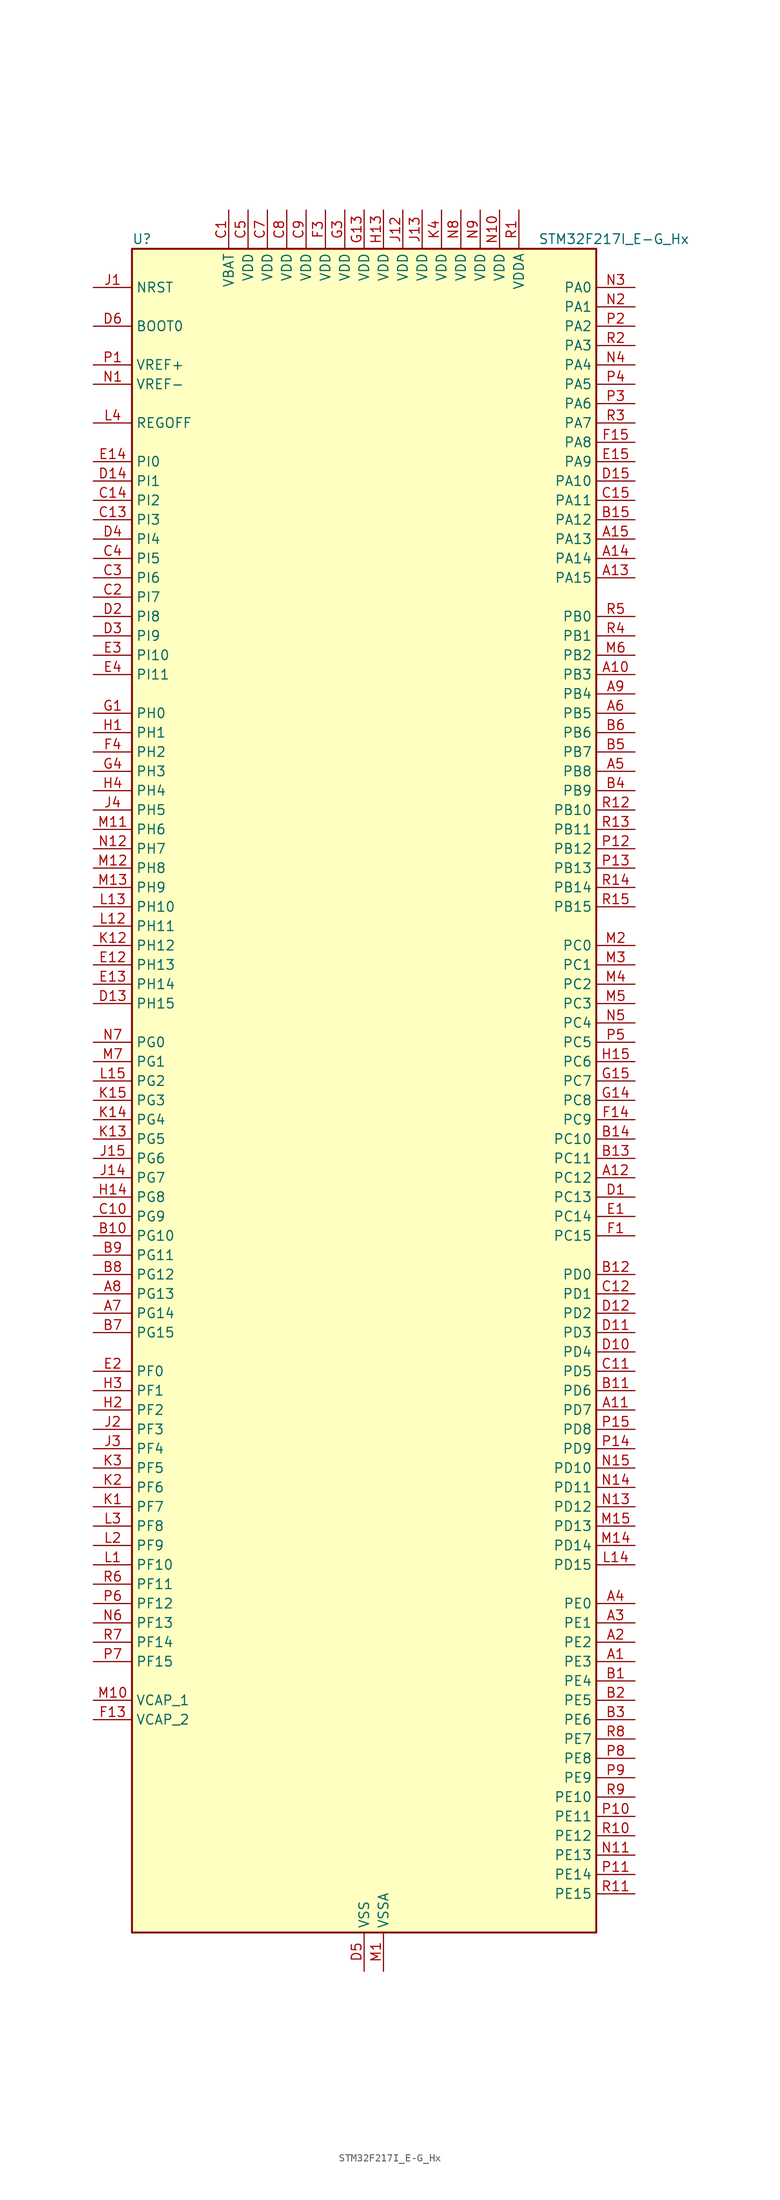
<source format=kicad_sym>
(kicad_symbol_lib
  (version 20241209)
  (generator "kicad_symbol_editor")
  (generator_version "9.0")
  (symbol "STM32F217I_E-G_Hx"
    (property "Reference" "U"
      (at -30.48 113.03 0)
      (effects (font (size 1.27 1.27)) (justify left)))
    (property "Value" "STM32F217I_E-G_Hx"
      (at 22.86 113.03 0)
      (effects (font (size 1.27 1.27)) (justify left)))
    (symbol "STM32F217I_E-G_Hx_0_1"
      (rectangle (start -30.48 -109.22) (end 30.48 111.76) (stroke (width 0.254) (type default)) (fill (type background))))
    (symbol "STM32F217I_E-G_Hx_1_1"
      (pin input line (at -35.56 106.68 0) (length 5.08) (name "NRST" (effects (font (size 1.27 1.27)))) (number "J1" (effects (font (size 1.27 1.27)))))
      (pin input line (at -35.56 101.6 0) (length 5.08) (name "BOOT0" (effects (font (size 1.27 1.27)))) (number "D6" (effects (font (size 1.27 1.27)))))
      (pin input line (at -35.56 96.52 0) (length 5.08) (name "VREF+" (effects (font (size 1.27 1.27)))) (number "P1" (effects (font (size 1.27 1.27)))))
      (pin input line (at -35.56 93.98 0) (length 5.08) (name "VREF-" (effects (font (size 1.27 1.27)))) (number "N1" (effects (font (size 1.27 1.27)))))
      (pin input line (at -35.56 88.9 0) (length 5.08) (name "REGOFF" (effects (font (size 1.27 1.27)))) (number "L4" (effects (font (size 1.27 1.27)))))
      (pin bidirectional line (at -35.56 83.82 0) (length 5.08) (name "PI0" (effects (font (size 1.27 1.27)))) (number "E14" (effects (font (size 1.27 1.27)))) (alternate "DCMI_D13" bidirectional line) (alternate "I2S2_WS" bidirectional line) (alternate "SPI2_NSS" bidirectional line) (alternate "TIM5_CH4" bidirectional line))
      (pin bidirectional line (at -35.56 81.28 0) (length 5.08) (name "PI1" (effects (font (size 1.27 1.27)))) (number "D14" (effects (font (size 1.27 1.27)))) (alternate "DCMI_D8" bidirectional line) (alternate "I2S2_SCK" bidirectional line) (alternate "SPI2_SCK" bidirectional line))
      (pin bidirectional line (at -35.56 78.74 0) (length 5.08) (name "PI2" (effects (font (size 1.27 1.27)))) (number "C14" (effects (font (size 1.27 1.27)))) (alternate "DCMI_D9" bidirectional line) (alternate "SPI2_MISO" bidirectional line) (alternate "TIM8_CH4" bidirectional line))
      (pin bidirectional line (at -35.56 76.2 0) (length 5.08) (name "PI3" (effects (font (size 1.27 1.27)))) (number "C13" (effects (font (size 1.27 1.27)))) (alternate "DCMI_D10" bidirectional line) (alternate "I2S2_SD" bidirectional line) (alternate "SPI2_MOSI" bidirectional line) (alternate "TIM8_ETR" bidirectional line))
      (pin bidirectional line (at -35.56 73.66 0) (length 5.08) (name "PI4" (effects (font (size 1.27 1.27)))) (number "D4" (effects (font (size 1.27 1.27)))) (alternate "DCMI_D5" bidirectional line) (alternate "TIM8_BKIN" bidirectional line))
      (pin bidirectional line (at -35.56 71.12 0) (length 5.08) (name "PI5" (effects (font (size 1.27 1.27)))) (number "C4" (effects (font (size 1.27 1.27)))) (alternate "DCMI_VSYNC" bidirectional line) (alternate "TIM8_CH1" bidirectional line))
      (pin bidirectional line (at -35.56 68.58 0) (length 5.08) (name "PI6" (effects (font (size 1.27 1.27)))) (number "C3" (effects (font (size 1.27 1.27)))) (alternate "DCMI_D6" bidirectional line) (alternate "TIM8_CH2" bidirectional line))
      (pin bidirectional line (at -35.56 66.04 0) (length 5.08) (name "PI7" (effects (font (size 1.27 1.27)))) (number "C2" (effects (font (size 1.27 1.27)))) (alternate "DCMI_D7" bidirectional line) (alternate "TIM8_CH3" bidirectional line))
      (pin bidirectional line (at -35.56 63.5 0) (length 5.08) (name "PI8" (effects (font (size 1.27 1.27)))) (number "D2" (effects (font (size 1.27 1.27)))) (alternate "RTC_AF2" bidirectional line))
      (pin bidirectional line (at -35.56 60.96 0) (length 5.08) (name "PI9" (effects (font (size 1.27 1.27)))) (number "D3" (effects (font (size 1.27 1.27)))) (alternate "CAN1_RX" bidirectional line) (alternate "DAC_EXTI9" bidirectional line))
      (pin bidirectional line (at -35.56 58.42 0) (length 5.08) (name "PI10" (effects (font (size 1.27 1.27)))) (number "E3" (effects (font (size 1.27 1.27)))) (alternate "ETH_RX_ER" bidirectional line))
      (pin bidirectional line (at -35.56 55.88 0) (length 5.08) (name "PI11" (effects (font (size 1.27 1.27)))) (number "E4" (effects (font (size 1.27 1.27)))) (alternate "ADC1_EXTI11" bidirectional line) (alternate "ADC2_EXTI11" bidirectional line) (alternate "ADC3_EXTI11" bidirectional line) (alternate "USB_OTG_HS_ULPI_DIR" bidirectional line))
      (pin bidirectional line (at -35.56 50.8 0) (length 5.08) (name "PH0" (effects (font (size 1.27 1.27)))) (number "G1" (effects (font (size 1.27 1.27)))) (alternate "RCC_OSC_IN" bidirectional line))
      (pin bidirectional line (at -35.56 48.26 0) (length 5.08) (name "PH1" (effects (font (size 1.27 1.27)))) (number "H1" (effects (font (size 1.27 1.27)))) (alternate "RCC_OSC_OUT" bidirectional line))
      (pin bidirectional line (at -35.56 45.72 0) (length 5.08) (name "PH2" (effects (font (size 1.27 1.27)))) (number "F4" (effects (font (size 1.27 1.27)))) (alternate "ETH_CRS" bidirectional line))
      (pin bidirectional line (at -35.56 43.18 0) (length 5.08) (name "PH3" (effects (font (size 1.27 1.27)))) (number "G4" (effects (font (size 1.27 1.27)))) (alternate "ETH_COL" bidirectional line))
      (pin bidirectional line (at -35.56 40.64 0) (length 5.08) (name "PH4" (effects (font (size 1.27 1.27)))) (number "H4" (effects (font (size 1.27 1.27)))) (alternate "I2C2_SCL" bidirectional line) (alternate "USB_OTG_HS_ULPI_NXT" bidirectional line))
      (pin bidirectional line (at -35.56 38.1 0) (length 5.08) (name "PH5" (effects (font (size 1.27 1.27)))) (number "J4" (effects (font (size 1.27 1.27)))) (alternate "I2C2_SDA" bidirectional line))
      (pin bidirectional line (at -35.56 35.56 0) (length 5.08) (name "PH6" (effects (font (size 1.27 1.27)))) (number "M11" (effects (font (size 1.27 1.27)))) (alternate "ETH_RXD2" bidirectional line) (alternate "I2C2_SMBA" bidirectional line) (alternate "TIM12_CH1" bidirectional line))
      (pin bidirectional line (at -35.56 33.02 0) (length 5.08) (name "PH7" (effects (font (size 1.27 1.27)))) (number "N12" (effects (font (size 1.27 1.27)))) (alternate "ETH_RXD3" bidirectional line) (alternate "I2C3_SCL" bidirectional line))
      (pin bidirectional line (at -35.56 30.48 0) (length 5.08) (name "PH8" (effects (font (size 1.27 1.27)))) (number "M12" (effects (font (size 1.27 1.27)))) (alternate "DCMI_HSYNC" bidirectional line) (alternate "I2C3_SDA" bidirectional line))
      (pin bidirectional line (at -35.56 27.94 0) (length 5.08) (name "PH9" (effects (font (size 1.27 1.27)))) (number "M13" (effects (font (size 1.27 1.27)))) (alternate "DAC_EXTI9" bidirectional line) (alternate "DCMI_D0" bidirectional line) (alternate "I2C3_SMBA" bidirectional line) (alternate "TIM12_CH2" bidirectional line))
      (pin bidirectional line (at -35.56 25.4 0) (length 5.08) (name "PH10" (effects (font (size 1.27 1.27)))) (number "L13" (effects (font (size 1.27 1.27)))) (alternate "DCMI_D1" bidirectional line) (alternate "TIM5_CH1" bidirectional line))
      (pin bidirectional line (at -35.56 22.86 0) (length 5.08) (name "PH11" (effects (font (size 1.27 1.27)))) (number "L12" (effects (font (size 1.27 1.27)))) (alternate "ADC1_EXTI11" bidirectional line) (alternate "ADC2_EXTI11" bidirectional line) (alternate "ADC3_EXTI11" bidirectional line) (alternate "DCMI_D2" bidirectional line) (alternate "TIM5_CH2" bidirectional line))
      (pin bidirectional line (at -35.56 20.32 0) (length 5.08) (name "PH12" (effects (font (size 1.27 1.27)))) (number "K12" (effects (font (size 1.27 1.27)))) (alternate "DCMI_D3" bidirectional line) (alternate "TIM5_CH3" bidirectional line))
      (pin bidirectional line (at -35.56 17.78 0) (length 5.08) (name "PH13" (effects (font (size 1.27 1.27)))) (number "E12" (effects (font (size 1.27 1.27)))) (alternate "CAN1_TX" bidirectional line) (alternate "TIM8_CH1N" bidirectional line))
      (pin bidirectional line (at -35.56 15.24 0) (length 5.08) (name "PH14" (effects (font (size 1.27 1.27)))) (number "E13" (effects (font (size 1.27 1.27)))) (alternate "DCMI_D4" bidirectional line) (alternate "TIM8_CH2N" bidirectional line))
      (pin bidirectional line (at -35.56 12.7 0) (length 5.08) (name "PH15" (effects (font (size 1.27 1.27)))) (number "D13" (effects (font (size 1.27 1.27)))) (alternate "ADC1_EXTI15" bidirectional line) (alternate "ADC2_EXTI15" bidirectional line) (alternate "ADC3_EXTI15" bidirectional line) (alternate "DCMI_D11" bidirectional line) (alternate "TIM8_CH3N" bidirectional line))
      (pin bidirectional line (at -35.56 7.62 0) (length 5.08) (name "PG0" (effects (font (size 1.27 1.27)))) (number "N7" (effects (font (size 1.27 1.27)))) (alternate "FSMC_A10" bidirectional line))
      (pin bidirectional line (at -35.56 5.08 0) (length 5.08) (name "PG1" (effects (font (size 1.27 1.27)))) (number "M7" (effects (font (size 1.27 1.27)))) (alternate "FSMC_A11" bidirectional line))
      (pin bidirectional line (at -35.56 2.54 0) (length 5.08) (name "PG2" (effects (font (size 1.27 1.27)))) (number "L15" (effects (font (size 1.27 1.27)))) (alternate "FSMC_A12" bidirectional line))
      (pin bidirectional line (at -35.56 0 0) (length 5.08) (name "PG3" (effects (font (size 1.27 1.27)))) (number "K15" (effects (font (size 1.27 1.27)))) (alternate "FSMC_A13" bidirectional line))
      (pin bidirectional line (at -35.56 -2.54 0) (length 5.08) (name "PG4" (effects (font (size 1.27 1.27)))) (number "K14" (effects (font (size 1.27 1.27)))) (alternate "FSMC_A14" bidirectional line))
      (pin bidirectional line (at -35.56 -5.08 0) (length 5.08) (name "PG5" (effects (font (size 1.27 1.27)))) (number "K13" (effects (font (size 1.27 1.27)))) (alternate "FSMC_A15" bidirectional line))
      (pin bidirectional line (at -35.56 -7.62 0) (length 5.08) (name "PG6" (effects (font (size 1.27 1.27)))) (number "J15" (effects (font (size 1.27 1.27)))) (alternate "FSMC_INT2" bidirectional line))
      (pin bidirectional line (at -35.56 -10.16 0) (length 5.08) (name "PG7" (effects (font (size 1.27 1.27)))) (number "J14" (effects (font (size 1.27 1.27)))) (alternate "FSMC_INT3" bidirectional line) (alternate "USART6_CK" bidirectional line))
      (pin bidirectional line (at -35.56 -12.7 0) (length 5.08) (name "PG8" (effects (font (size 1.27 1.27)))) (number "H14" (effects (font (size 1.27 1.27)))) (alternate "ETH_PPS_OUT" bidirectional line) (alternate "USART6_RTS" bidirectional line))
      (pin bidirectional line (at -35.56 -15.24 0) (length 5.08) (name "PG9" (effects (font (size 1.27 1.27)))) (number "C10" (effects (font (size 1.27 1.27)))) (alternate "DAC_EXTI9" bidirectional line) (alternate "FSMC_NCE3" bidirectional line) (alternate "FSMC_NE2" bidirectional line) (alternate "USART6_RX" bidirectional line))
      (pin bidirectional line (at -35.56 -17.78 0) (length 5.08) (name "PG10" (effects (font (size 1.27 1.27)))) (number "B10" (effects (font (size 1.27 1.27)))) (alternate "FSMC_NCE4_1" bidirectional line) (alternate "FSMC_NE3" bidirectional line))
      (pin bidirectional line (at -35.56 -20.32 0) (length 5.08) (name "PG11" (effects (font (size 1.27 1.27)))) (number "B9" (effects (font (size 1.27 1.27)))) (alternate "ADC1_EXTI11" bidirectional line) (alternate "ADC2_EXTI11" bidirectional line) (alternate "ADC3_EXTI11" bidirectional line) (alternate "ETH_TX_EN" bidirectional line) (alternate "FSMC_NCE4_2" bidirectional line))
      (pin bidirectional line (at -35.56 -22.86 0) (length 5.08) (name "PG12" (effects (font (size 1.27 1.27)))) (number "B8" (effects (font (size 1.27 1.27)))) (alternate "FSMC_NE4" bidirectional line) (alternate "USART6_RTS" bidirectional line))
      (pin bidirectional line (at -35.56 -25.4 0) (length 5.08) (name "PG13" (effects (font (size 1.27 1.27)))) (number "A8" (effects (font (size 1.27 1.27)))) (alternate "ETH_TXD0" bidirectional line) (alternate "FSMC_A24" bidirectional line) (alternate "USART6_CTS" bidirectional line))
      (pin bidirectional line (at -35.56 -27.94 0) (length 5.08) (name "PG14" (effects (font (size 1.27 1.27)))) (number "A7" (effects (font (size 1.27 1.27)))) (alternate "ETH_TXD1" bidirectional line) (alternate "FSMC_A25" bidirectional line) (alternate "USART6_TX" bidirectional line))
      (pin bidirectional line (at -35.56 -30.48 0) (length 5.08) (name "PG15" (effects (font (size 1.27 1.27)))) (number "B7" (effects (font (size 1.27 1.27)))) (alternate "ADC1_EXTI15" bidirectional line) (alternate "ADC2_EXTI15" bidirectional line) (alternate "ADC3_EXTI15" bidirectional line) (alternate "DCMI_D13" bidirectional line) (alternate "USART6_CTS" bidirectional line))
      (pin bidirectional line (at -35.56 -35.56 0) (length 5.08) (name "PF0" (effects (font (size 1.27 1.27)))) (number "E2" (effects (font (size 1.27 1.27)))) (alternate "FSMC_A0" bidirectional line) (alternate "I2C2_SDA" bidirectional line))
      (pin bidirectional line (at -35.56 -38.1 0) (length 5.08) (name "PF1" (effects (font (size 1.27 1.27)))) (number "H3" (effects (font (size 1.27 1.27)))) (alternate "FSMC_A1" bidirectional line) (alternate "I2C2_SCL" bidirectional line))
      (pin bidirectional line (at -35.56 -40.64 0) (length 5.08) (name "PF2" (effects (font (size 1.27 1.27)))) (number "H2" (effects (font (size 1.27 1.27)))) (alternate "FSMC_A2" bidirectional line) (alternate "I2C2_SMBA" bidirectional line))
      (pin bidirectional line (at -35.56 -43.18 0) (length 5.08) (name "PF3" (effects (font (size 1.27 1.27)))) (number "J2" (effects (font (size 1.27 1.27)))) (alternate "ADC3_IN9" bidirectional line) (alternate "FSMC_A3" bidirectional line))
      (pin bidirectional line (at -35.56 -45.72 0) (length 5.08) (name "PF4" (effects (font (size 1.27 1.27)))) (number "J3" (effects (font (size 1.27 1.27)))) (alternate "ADC3_IN14" bidirectional line) (alternate "FSMC_A4" bidirectional line))
      (pin bidirectional line (at -35.56 -48.26 0) (length 5.08) (name "PF5" (effects (font (size 1.27 1.27)))) (number "K3" (effects (font (size 1.27 1.27)))) (alternate "ADC3_IN15" bidirectional line) (alternate "FSMC_A5" bidirectional line))
      (pin bidirectional line (at -35.56 -50.8 0) (length 5.08) (name "PF6" (effects (font (size 1.27 1.27)))) (number "K2" (effects (font (size 1.27 1.27)))) (alternate "ADC3_IN4" bidirectional line) (alternate "FSMC_NIORD" bidirectional line) (alternate "TIM10_CH1" bidirectional line))
      (pin bidirectional line (at -35.56 -53.34 0) (length 5.08) (name "PF7" (effects (font (size 1.27 1.27)))) (number "K1" (effects (font (size 1.27 1.27)))) (alternate "ADC3_IN5" bidirectional line) (alternate "FSMC_NREG" bidirectional line) (alternate "TIM11_CH1" bidirectional line))
      (pin bidirectional line (at -35.56 -55.88 0) (length 5.08) (name "PF8" (effects (font (size 1.27 1.27)))) (number "L3" (effects (font (size 1.27 1.27)))) (alternate "ADC3_IN6" bidirectional line) (alternate "FSMC_NIOWR" bidirectional line) (alternate "TIM13_CH1" bidirectional line))
      (pin bidirectional line (at -35.56 -58.42 0) (length 5.08) (name "PF9" (effects (font (size 1.27 1.27)))) (number "L2" (effects (font (size 1.27 1.27)))) (alternate "ADC3_IN7" bidirectional line) (alternate "DAC_EXTI9" bidirectional line) (alternate "FSMC_CD" bidirectional line) (alternate "TIM14_CH1" bidirectional line))
      (pin bidirectional line (at -35.56 -60.96 0) (length 5.08) (name "PF10" (effects (font (size 1.27 1.27)))) (number "L1" (effects (font (size 1.27 1.27)))) (alternate "ADC3_IN8" bidirectional line) (alternate "FSMC_INTR" bidirectional line))
      (pin bidirectional line (at -35.56 -63.5 0) (length 5.08) (name "PF11" (effects (font (size 1.27 1.27)))) (number "R6" (effects (font (size 1.27 1.27)))) (alternate "ADC1_EXTI11" bidirectional line) (alternate "ADC2_EXTI11" bidirectional line) (alternate "ADC3_EXTI11" bidirectional line) (alternate "DCMI_D12" bidirectional line))
      (pin bidirectional line (at -35.56 -66.04 0) (length 5.08) (name "PF12" (effects (font (size 1.27 1.27)))) (number "P6" (effects (font (size 1.27 1.27)))) (alternate "FSMC_A6" bidirectional line))
      (pin bidirectional line (at -35.56 -68.58 0) (length 5.08) (name "PF13" (effects (font (size 1.27 1.27)))) (number "N6" (effects (font (size 1.27 1.27)))) (alternate "FSMC_A7" bidirectional line))
      (pin bidirectional line (at -35.56 -71.12 0) (length 5.08) (name "PF14" (effects (font (size 1.27 1.27)))) (number "R7" (effects (font (size 1.27 1.27)))) (alternate "FSMC_A8" bidirectional line))
      (pin bidirectional line (at -35.56 -73.66 0) (length 5.08) (name "PF15" (effects (font (size 1.27 1.27)))) (number "P7" (effects (font (size 1.27 1.27)))) (alternate "ADC1_EXTI15" bidirectional line) (alternate "ADC2_EXTI15" bidirectional line) (alternate "ADC3_EXTI15" bidirectional line) (alternate "FSMC_A9" bidirectional line))
      (pin power_out line (at -35.56 -78.74 0) (length 5.08) (name "VCAP_1" (effects (font (size 1.27 1.27)))) (number "M10" (effects (font (size 1.27 1.27)))))
      (pin power_out line (at -35.56 -81.28 0) (length 5.08) (name "VCAP_2" (effects (font (size 1.27 1.27)))) (number "F13" (effects (font (size 1.27 1.27)))))
      (pin no_connect line (at -30.48 -109.22 0) (length 5.08) (hide yes) (name "RFU" (effects (font (size 1.27 1.27)))) (number "C6" (effects (font (size 1.27 1.27)))))
      (pin power_in line (at -17.78 116.84 270) (length 5.08) (name "VBAT" (effects (font (size 1.27 1.27)))) (number "C1" (effects (font (size 1.27 1.27)))))
      (pin power_in line (at -15.24 116.84 270) (length 5.08) (name "VDD" (effects (font (size 1.27 1.27)))) (number "C5" (effects (font (size 1.27 1.27)))))
      (pin power_in line (at -12.7 116.84 270) (length 5.08) (name "VDD" (effects (font (size 1.27 1.27)))) (number "C7" (effects (font (size 1.27 1.27)))))
      (pin power_in line (at -10.16 116.84 270) (length 5.08) (name "VDD" (effects (font (size 1.27 1.27)))) (number "C8" (effects (font (size 1.27 1.27)))))
      (pin power_in line (at -7.62 116.84 270) (length 5.08) (name "VDD" (effects (font (size 1.27 1.27)))) (number "C9" (effects (font (size 1.27 1.27)))))
      (pin power_in line (at -5.08 116.84 270) (length 5.08) (name "VDD" (effects (font (size 1.27 1.27)))) (number "F3" (effects (font (size 1.27 1.27)))))
      (pin power_in line (at -2.54 116.84 270) (length 5.08) (name "VDD" (effects (font (size 1.27 1.27)))) (number "G3" (effects (font (size 1.27 1.27)))))
      (pin power_in line (at 0 116.84 270) (length 5.08) (name "VDD" (effects (font (size 1.27 1.27)))) (number "G13" (effects (font (size 1.27 1.27)))))
      (pin power_in line (at 0 -114.3 90) (length 5.08) (name "VSS" (effects (font (size 1.27 1.27)))) (number "D5" (effects (font (size 1.27 1.27)))))
      (pin passive line (at 0 -114.3 90) (length 5.08) (hide yes) (name "VSS" (effects (font (size 1.27 1.27)))) (number "D7" (effects (font (size 1.27 1.27)))))
      (pin passive line (at 0 -114.3 90) (length 5.08) (hide yes) (name "VSS" (effects (font (size 1.27 1.27)))) (number "D8" (effects (font (size 1.27 1.27)))))
      (pin passive line (at 0 -114.3 90) (length 5.08) (hide yes) (name "VSS" (effects (font (size 1.27 1.27)))) (number "D9" (effects (font (size 1.27 1.27)))))
      (pin passive line (at 0 -114.3 90) (length 5.08) (hide yes) (name "VSS" (effects (font (size 1.27 1.27)))) (number "F10" (effects (font (size 1.27 1.27)))))
      (pin passive line (at 0 -114.3 90) (length 5.08) (hide yes) (name "VSS" (effects (font (size 1.27 1.27)))) (number "F12" (effects (font (size 1.27 1.27)))))
      (pin passive line (at 0 -114.3 90) (length 5.08) (hide yes) (name "VSS" (effects (font (size 1.27 1.27)))) (number "F2" (effects (font (size 1.27 1.27)))))
      (pin passive line (at 0 -114.3 90) (length 5.08) (hide yes) (name "VSS" (effects (font (size 1.27 1.27)))) (number "F6" (effects (font (size 1.27 1.27)))))
      (pin passive line (at 0 -114.3 90) (length 5.08) (hide yes) (name "VSS" (effects (font (size 1.27 1.27)))) (number "F7" (effects (font (size 1.27 1.27)))))
      (pin passive line (at 0 -114.3 90) (length 5.08) (hide yes) (name "VSS" (effects (font (size 1.27 1.27)))) (number "F8" (effects (font (size 1.27 1.27)))))
      (pin passive line (at 0 -114.3 90) (length 5.08) (hide yes) (name "VSS" (effects (font (size 1.27 1.27)))) (number "F9" (effects (font (size 1.27 1.27)))))
      (pin passive line (at 0 -114.3 90) (length 5.08) (hide yes) (name "VSS" (effects (font (size 1.27 1.27)))) (number "G10" (effects (font (size 1.27 1.27)))))
      (pin passive line (at 0 -114.3 90) (length 5.08) (hide yes) (name "VSS" (effects (font (size 1.27 1.27)))) (number "G12" (effects (font (size 1.27 1.27)))))
      (pin passive line (at 0 -114.3 90) (length 5.08) (hide yes) (name "VSS" (effects (font (size 1.27 1.27)))) (number "G2" (effects (font (size 1.27 1.27)))))
      (pin passive line (at 0 -114.3 90) (length 5.08) (hide yes) (name "VSS" (effects (font (size 1.27 1.27)))) (number "G6" (effects (font (size 1.27 1.27)))))
      (pin passive line (at 0 -114.3 90) (length 5.08) (hide yes) (name "VSS" (effects (font (size 1.27 1.27)))) (number "G7" (effects (font (size 1.27 1.27)))))
      (pin passive line (at 0 -114.3 90) (length 5.08) (hide yes) (name "VSS" (effects (font (size 1.27 1.27)))) (number "G8" (effects (font (size 1.27 1.27)))))
      (pin passive line (at 0 -114.3 90) (length 5.08) (hide yes) (name "VSS" (effects (font (size 1.27 1.27)))) (number "G9" (effects (font (size 1.27 1.27)))))
      (pin passive line (at 0 -114.3 90) (length 5.08) (hide yes) (name "VSS" (effects (font (size 1.27 1.27)))) (number "H10" (effects (font (size 1.27 1.27)))))
      (pin passive line (at 0 -114.3 90) (length 5.08) (hide yes) (name "VSS" (effects (font (size 1.27 1.27)))) (number "H12" (effects (font (size 1.27 1.27)))))
      (pin passive line (at 0 -114.3 90) (length 5.08) (hide yes) (name "VSS" (effects (font (size 1.27 1.27)))) (number "H6" (effects (font (size 1.27 1.27)))))
      (pin passive line (at 0 -114.3 90) (length 5.08) (hide yes) (name "VSS" (effects (font (size 1.27 1.27)))) (number "H7" (effects (font (size 1.27 1.27)))))
      (pin passive line (at 0 -114.3 90) (length 5.08) (hide yes) (name "VSS" (effects (font (size 1.27 1.27)))) (number "H8" (effects (font (size 1.27 1.27)))))
      (pin passive line (at 0 -114.3 90) (length 5.08) (hide yes) (name "VSS" (effects (font (size 1.27 1.27)))) (number "H9" (effects (font (size 1.27 1.27)))))
      (pin passive line (at 0 -114.3 90) (length 5.08) (hide yes) (name "VSS" (effects (font (size 1.27 1.27)))) (number "J10" (effects (font (size 1.27 1.27)))))
      (pin passive line (at 0 -114.3 90) (length 5.08) (hide yes) (name "VSS" (effects (font (size 1.27 1.27)))) (number "J6" (effects (font (size 1.27 1.27)))))
      (pin passive line (at 0 -114.3 90) (length 5.08) (hide yes) (name "VSS" (effects (font (size 1.27 1.27)))) (number "J7" (effects (font (size 1.27 1.27)))))
      (pin passive line (at 0 -114.3 90) (length 5.08) (hide yes) (name "VSS" (effects (font (size 1.27 1.27)))) (number "J8" (effects (font (size 1.27 1.27)))))
      (pin passive line (at 0 -114.3 90) (length 5.08) (hide yes) (name "VSS" (effects (font (size 1.27 1.27)))) (number "J9" (effects (font (size 1.27 1.27)))))
      (pin passive line (at 0 -114.3 90) (length 5.08) (hide yes) (name "VSS" (effects (font (size 1.27 1.27)))) (number "K10" (effects (font (size 1.27 1.27)))))
      (pin passive line (at 0 -114.3 90) (length 5.08) (hide yes) (name "VSS" (effects (font (size 1.27 1.27)))) (number "K6" (effects (font (size 1.27 1.27)))))
      (pin passive line (at 0 -114.3 90) (length 5.08) (hide yes) (name "VSS" (effects (font (size 1.27 1.27)))) (number "K7" (effects (font (size 1.27 1.27)))))
      (pin passive line (at 0 -114.3 90) (length 5.08) (hide yes) (name "VSS" (effects (font (size 1.27 1.27)))) (number "K8" (effects (font (size 1.27 1.27)))))
      (pin passive line (at 0 -114.3 90) (length 5.08) (hide yes) (name "VSS" (effects (font (size 1.27 1.27)))) (number "K9" (effects (font (size 1.27 1.27)))))
      (pin passive line (at 0 -114.3 90) (length 5.08) (hide yes) (name "VSS" (effects (font (size 1.27 1.27)))) (number "M8" (effects (font (size 1.27 1.27)))))
      (pin passive line (at 0 -114.3 90) (length 5.08) (hide yes) (name "VSS" (effects (font (size 1.27 1.27)))) (number "M9" (effects (font (size 1.27 1.27)))))
      (pin power_in line (at 2.54 116.84 270) (length 5.08) (name "VDD" (effects (font (size 1.27 1.27)))) (number "H13" (effects (font (size 1.27 1.27)))))
      (pin power_in line (at 2.54 -114.3 90) (length 5.08) (name "VSSA" (effects (font (size 1.27 1.27)))) (number "M1" (effects (font (size 1.27 1.27)))))
      (pin power_in line (at 5.08 116.84 270) (length 5.08) (name "VDD" (effects (font (size 1.27 1.27)))) (number "J12" (effects (font (size 1.27 1.27)))))
      (pin power_in line (at 7.62 116.84 270) (length 5.08) (name "VDD" (effects (font (size 1.27 1.27)))) (number "J13" (effects (font (size 1.27 1.27)))))
      (pin power_in line (at 10.16 116.84 270) (length 5.08) (name "VDD" (effects (font (size 1.27 1.27)))) (number "K4" (effects (font (size 1.27 1.27)))))
      (pin power_in line (at 12.7 116.84 270) (length 5.08) (name "VDD" (effects (font (size 1.27 1.27)))) (number "N8" (effects (font (size 1.27 1.27)))))
      (pin power_in line (at 15.24 116.84 270) (length 5.08) (name "VDD" (effects (font (size 1.27 1.27)))) (number "N9" (effects (font (size 1.27 1.27)))))
      (pin power_in line (at 17.78 116.84 270) (length 5.08) (name "VDD" (effects (font (size 1.27 1.27)))) (number "N10" (effects (font (size 1.27 1.27)))))
      (pin power_in line (at 20.32 116.84 270) (length 5.08) (name "VDDA" (effects (font (size 1.27 1.27)))) (number "R1" (effects (font (size 1.27 1.27)))))
      (pin bidirectional line (at 35.56 106.68 180) (length 5.08) (name "PA0" (effects (font (size 1.27 1.27)))) (number "N3" (effects (font (size 1.27 1.27)))) (alternate "ADC1_IN0" bidirectional line) (alternate "ADC2_IN0" bidirectional line) (alternate "ADC3_IN0" bidirectional line) (alternate "ETH_CRS" bidirectional line) (alternate "SYS_WKUP" bidirectional line) (alternate "TIM2_CH1" bidirectional line) (alternate "TIM2_ETR" bidirectional line) (alternate "TIM5_CH1" bidirectional line) (alternate "TIM8_ETR" bidirectional line) (alternate "UART4_TX" bidirectional line) (alternate "USART2_CTS" bidirectional line))
      (pin bidirectional line (at 35.56 104.14 180) (length 5.08) (name "PA1" (effects (font (size 1.27 1.27)))) (number "N2" (effects (font (size 1.27 1.27)))) (alternate "ADC1_IN1" bidirectional line) (alternate "ADC2_IN1" bidirectional line) (alternate "ADC3_IN1" bidirectional line) (alternate "ETH_REF_CLK" bidirectional line) (alternate "ETH_RX_CLK" bidirectional line) (alternate "TIM2_CH2" bidirectional line) (alternate "TIM5_CH2" bidirectional line) (alternate "UART4_RX" bidirectional line) (alternate "USART2_RTS" bidirectional line))
      (pin bidirectional line (at 35.56 101.6 180) (length 5.08) (name "PA2" (effects (font (size 1.27 1.27)))) (number "P2" (effects (font (size 1.27 1.27)))) (alternate "ADC1_IN2" bidirectional line) (alternate "ADC2_IN2" bidirectional line) (alternate "ADC3_IN2" bidirectional line) (alternate "ETH_MDIO" bidirectional line) (alternate "TIM2_CH3" bidirectional line) (alternate "TIM5_CH3" bidirectional line) (alternate "TIM9_CH1" bidirectional line) (alternate "USART2_TX" bidirectional line))
      (pin bidirectional line (at 35.56 99.06 180) (length 5.08) (name "PA3" (effects (font (size 1.27 1.27)))) (number "R2" (effects (font (size 1.27 1.27)))) (alternate "ADC1_IN3" bidirectional line) (alternate "ADC2_IN3" bidirectional line) (alternate "ADC3_IN3" bidirectional line) (alternate "ETH_COL" bidirectional line) (alternate "TIM2_CH4" bidirectional line) (alternate "TIM5_CH4" bidirectional line) (alternate "TIM9_CH2" bidirectional line) (alternate "USART2_RX" bidirectional line) (alternate "USB_OTG_HS_ULPI_D0" bidirectional line))
      (pin bidirectional line (at 35.56 96.52 180) (length 5.08) (name "PA4" (effects (font (size 1.27 1.27)))) (number "N4" (effects (font (size 1.27 1.27)))) (alternate "ADC1_IN4" bidirectional line) (alternate "ADC2_IN4" bidirectional line) (alternate "DAC_OUT1" bidirectional line) (alternate "DCMI_HSYNC" bidirectional line) (alternate "I2S3_WS" bidirectional line) (alternate "SPI1_NSS" bidirectional line) (alternate "SPI3_NSS" bidirectional line) (alternate "USART2_CK" bidirectional line) (alternate "USB_OTG_HS_SOF" bidirectional line))
      (pin bidirectional line (at 35.56 93.98 180) (length 5.08) (name "PA5" (effects (font (size 1.27 1.27)))) (number "P4" (effects (font (size 1.27 1.27)))) (alternate "ADC1_IN5" bidirectional line) (alternate "ADC2_IN5" bidirectional line) (alternate "DAC_OUT2" bidirectional line) (alternate "SPI1_SCK" bidirectional line) (alternate "TIM2_CH1" bidirectional line) (alternate "TIM2_ETR" bidirectional line) (alternate "TIM8_CH1N" bidirectional line) (alternate "USB_OTG_HS_ULPI_CK" bidirectional line))
      (pin bidirectional line (at 35.56 91.44 180) (length 5.08) (name "PA6" (effects (font (size 1.27 1.27)))) (number "P3" (effects (font (size 1.27 1.27)))) (alternate "ADC1_IN6" bidirectional line) (alternate "ADC2_IN6" bidirectional line) (alternate "DCMI_PIXCLK" bidirectional line) (alternate "SPI1_MISO" bidirectional line) (alternate "TIM13_CH1" bidirectional line) (alternate "TIM1_BKIN" bidirectional line) (alternate "TIM3_CH1" bidirectional line) (alternate "TIM8_BKIN" bidirectional line))
      (pin bidirectional line (at 35.56 88.9 180) (length 5.08) (name "PA7" (effects (font (size 1.27 1.27)))) (number "R3" (effects (font (size 1.27 1.27)))) (alternate "ADC1_IN7" bidirectional line) (alternate "ADC2_IN7" bidirectional line) (alternate "ETH_CRS_DV" bidirectional line) (alternate "ETH_RX_DV" bidirectional line) (alternate "SPI1_MOSI" bidirectional line) (alternate "TIM14_CH1" bidirectional line) (alternate "TIM1_CH1N" bidirectional line) (alternate "TIM3_CH2" bidirectional line) (alternate "TIM8_CH1N" bidirectional line))
      (pin bidirectional line (at 35.56 86.36 180) (length 5.08) (name "PA8" (effects (font (size 1.27 1.27)))) (number "F15" (effects (font (size 1.27 1.27)))) (alternate "I2C3_SCL" bidirectional line) (alternate "RCC_MCO_1" bidirectional line) (alternate "TIM1_CH1" bidirectional line) (alternate "USART1_CK" bidirectional line) (alternate "USB_OTG_FS_SOF" bidirectional line))
      (pin bidirectional line (at 35.56 83.82 180) (length 5.08) (name "PA9" (effects (font (size 1.27 1.27)))) (number "E15" (effects (font (size 1.27 1.27)))) (alternate "DAC_EXTI9" bidirectional line) (alternate "DCMI_D0" bidirectional line) (alternate "I2C3_SMBA" bidirectional line) (alternate "TIM1_CH2" bidirectional line) (alternate "USART1_TX" bidirectional line) (alternate "USB_OTG_FS_VBUS" bidirectional line))
      (pin bidirectional line (at 35.56 81.28 180) (length 5.08) (name "PA10" (effects (font (size 1.27 1.27)))) (number "D15" (effects (font (size 1.27 1.27)))) (alternate "DCMI_D1" bidirectional line) (alternate "TIM1_CH3" bidirectional line) (alternate "USART1_RX" bidirectional line) (alternate "USB_OTG_FS_ID" bidirectional line))
      (pin bidirectional line (at 35.56 78.74 180) (length 5.08) (name "PA11" (effects (font (size 1.27 1.27)))) (number "C15" (effects (font (size 1.27 1.27)))) (alternate "ADC1_EXTI11" bidirectional line) (alternate "ADC2_EXTI11" bidirectional line) (alternate "ADC3_EXTI11" bidirectional line) (alternate "CAN1_RX" bidirectional line) (alternate "TIM1_CH4" bidirectional line) (alternate "USART1_CTS" bidirectional line) (alternate "USB_OTG_FS_DM" bidirectional line))
      (pin bidirectional line (at 35.56 76.2 180) (length 5.08) (name "PA12" (effects (font (size 1.27 1.27)))) (number "B15" (effects (font (size 1.27 1.27)))) (alternate "CAN1_TX" bidirectional line) (alternate "TIM1_ETR" bidirectional line) (alternate "USART1_RTS" bidirectional line) (alternate "USB_OTG_FS_DP" bidirectional line))
      (pin bidirectional line (at 35.56 73.66 180) (length 5.08) (name "PA13" (effects (font (size 1.27 1.27)))) (number "A15" (effects (font (size 1.27 1.27)))) (alternate "SYS_JTMS-SWDIO" bidirectional line))
      (pin bidirectional line (at 35.56 71.12 180) (length 5.08) (name "PA14" (effects (font (size 1.27 1.27)))) (number "A14" (effects (font (size 1.27 1.27)))) (alternate "SYS_JTCK-SWCLK" bidirectional line))
      (pin bidirectional line (at 35.56 68.58 180) (length 5.08) (name "PA15" (effects (font (size 1.27 1.27)))) (number "A13" (effects (font (size 1.27 1.27)))) (alternate "ADC1_EXTI15" bidirectional line) (alternate "ADC2_EXTI15" bidirectional line) (alternate "ADC3_EXTI15" bidirectional line) (alternate "I2S3_WS" bidirectional line) (alternate "SPI1_NSS" bidirectional line) (alternate "SPI3_NSS" bidirectional line) (alternate "SYS_JTDI" bidirectional line) (alternate "TIM2_CH1" bidirectional line) (alternate "TIM2_ETR" bidirectional line))
      (pin bidirectional line (at 35.56 63.5 180) (length 5.08) (name "PB0" (effects (font (size 1.27 1.27)))) (number "R5" (effects (font (size 1.27 1.27)))) (alternate "ADC1_IN8" bidirectional line) (alternate "ADC2_IN8" bidirectional line) (alternate "ETH_RXD2" bidirectional line) (alternate "TIM1_CH2N" bidirectional line) (alternate "TIM3_CH3" bidirectional line) (alternate "TIM8_CH2N" bidirectional line) (alternate "USB_OTG_HS_ULPI_D1" bidirectional line))
      (pin bidirectional line (at 35.56 60.96 180) (length 5.08) (name "PB1" (effects (font (size 1.27 1.27)))) (number "R4" (effects (font (size 1.27 1.27)))) (alternate "ADC1_IN9" bidirectional line) (alternate "ADC2_IN9" bidirectional line) (alternate "ETH_RXD3" bidirectional line) (alternate "TIM1_CH3N" bidirectional line) (alternate "TIM3_CH4" bidirectional line) (alternate "TIM8_CH3N" bidirectional line) (alternate "USB_OTG_HS_ULPI_D2" bidirectional line))
      (pin bidirectional line (at 35.56 58.42 180) (length 5.08) (name "PB2" (effects (font (size 1.27 1.27)))) (number "M6" (effects (font (size 1.27 1.27)))))
      (pin bidirectional line (at 35.56 55.88 180) (length 5.08) (name "PB3" (effects (font (size 1.27 1.27)))) (number "A10" (effects (font (size 1.27 1.27)))) (alternate "I2S3_SCK" bidirectional line) (alternate "SPI1_SCK" bidirectional line) (alternate "SPI3_SCK" bidirectional line) (alternate "SYS_JTDO-SWO" bidirectional line) (alternate "TIM2_CH2" bidirectional line))
      (pin bidirectional line (at 35.56 53.34 180) (length 5.08) (name "PB4" (effects (font (size 1.27 1.27)))) (number "A9" (effects (font (size 1.27 1.27)))) (alternate "SPI1_MISO" bidirectional line) (alternate "SPI3_MISO" bidirectional line) (alternate "SYS_JTRST" bidirectional line) (alternate "TIM3_CH1" bidirectional line))
      (pin bidirectional line (at 35.56 50.8 180) (length 5.08) (name "PB5" (effects (font (size 1.27 1.27)))) (number "A6" (effects (font (size 1.27 1.27)))) (alternate "CAN2_RX" bidirectional line) (alternate "DCMI_D10" bidirectional line) (alternate "ETH_PPS_OUT" bidirectional line) (alternate "I2C1_SMBA" bidirectional line) (alternate "I2S3_SD" bidirectional line) (alternate "SPI1_MOSI" bidirectional line) (alternate "SPI3_MOSI" bidirectional line) (alternate "TIM3_CH2" bidirectional line) (alternate "USB_OTG_HS_ULPI_D7" bidirectional line))
      (pin bidirectional line (at 35.56 48.26 180) (length 5.08) (name "PB6" (effects (font (size 1.27 1.27)))) (number "B6" (effects (font (size 1.27 1.27)))) (alternate "CAN2_TX" bidirectional line) (alternate "DCMI_D5" bidirectional line) (alternate "I2C1_SCL" bidirectional line) (alternate "TIM4_CH1" bidirectional line) (alternate "USART1_TX" bidirectional line))
      (pin bidirectional line (at 35.56 45.72 180) (length 5.08) (name "PB7" (effects (font (size 1.27 1.27)))) (number "B5" (effects (font (size 1.27 1.27)))) (alternate "DCMI_VSYNC" bidirectional line) (alternate "FSMC_NL" bidirectional line) (alternate "I2C1_SDA" bidirectional line) (alternate "TIM4_CH2" bidirectional line) (alternate "USART1_RX" bidirectional line))
      (pin bidirectional line (at 35.56 43.18 180) (length 5.08) (name "PB8" (effects (font (size 1.27 1.27)))) (number "A5" (effects (font (size 1.27 1.27)))) (alternate "CAN1_RX" bidirectional line) (alternate "DCMI_D6" bidirectional line) (alternate "ETH_TXD3" bidirectional line) (alternate "I2C1_SCL" bidirectional line) (alternate "SDIO_D4" bidirectional line) (alternate "TIM10_CH1" bidirectional line) (alternate "TIM4_CH3" bidirectional line))
      (pin bidirectional line (at 35.56 40.64 180) (length 5.08) (name "PB9" (effects (font (size 1.27 1.27)))) (number "B4" (effects (font (size 1.27 1.27)))) (alternate "CAN1_TX" bidirectional line) (alternate "DAC_EXTI9" bidirectional line) (alternate "DCMI_D7" bidirectional line) (alternate "I2C1_SDA" bidirectional line) (alternate "I2S2_WS" bidirectional line) (alternate "SDIO_D5" bidirectional line) (alternate "SPI2_NSS" bidirectional line) (alternate "TIM11_CH1" bidirectional line) (alternate "TIM4_CH4" bidirectional line))
      (pin bidirectional line (at 35.56 38.1 180) (length 5.08) (name "PB10" (effects (font (size 1.27 1.27)))) (number "R12" (effects (font (size 1.27 1.27)))) (alternate "ETH_RX_ER" bidirectional line) (alternate "I2C2_SCL" bidirectional line) (alternate "I2S2_SCK" bidirectional line) (alternate "SPI2_SCK" bidirectional line) (alternate "TIM2_CH3" bidirectional line) (alternate "USART3_TX" bidirectional line) (alternate "USB_OTG_HS_ULPI_D3" bidirectional line))
      (pin bidirectional line (at 35.56 35.56 180) (length 5.08) (name "PB11" (effects (font (size 1.27 1.27)))) (number "R13" (effects (font (size 1.27 1.27)))) (alternate "ADC1_EXTI11" bidirectional line) (alternate "ADC2_EXTI11" bidirectional line) (alternate "ADC3_EXTI11" bidirectional line) (alternate "ETH_TX_EN" bidirectional line) (alternate "I2C2_SDA" bidirectional line) (alternate "TIM2_CH4" bidirectional line) (alternate "USART3_RX" bidirectional line) (alternate "USB_OTG_HS_ULPI_D4" bidirectional line))
      (pin bidirectional line (at 35.56 33.02 180) (length 5.08) (name "PB12" (effects (font (size 1.27 1.27)))) (number "P12" (effects (font (size 1.27 1.27)))) (alternate "CAN2_RX" bidirectional line) (alternate "ETH_TXD0" bidirectional line) (alternate "I2C2_SMBA" bidirectional line) (alternate "I2S2_WS" bidirectional line) (alternate "SPI2_NSS" bidirectional line) (alternate "TIM1_BKIN" bidirectional line) (alternate "USART3_CK" bidirectional line) (alternate "USB_OTG_HS_ID" bidirectional line) (alternate "USB_OTG_HS_ULPI_D5" bidirectional line))
      (pin bidirectional line (at 35.56 30.48 180) (length 5.08) (name "PB13" (effects (font (size 1.27 1.27)))) (number "P13" (effects (font (size 1.27 1.27)))) (alternate "CAN2_TX" bidirectional line) (alternate "ETH_TXD1" bidirectional line) (alternate "I2S2_SCK" bidirectional line) (alternate "SPI2_SCK" bidirectional line) (alternate "TIM1_CH1N" bidirectional line) (alternate "USART3_CTS" bidirectional line) (alternate "USB_OTG_HS_ULPI_D6" bidirectional line) (alternate "USB_OTG_HS_VBUS" bidirectional line))
      (pin bidirectional line (at 35.56 27.94 180) (length 5.08) (name "PB14" (effects (font (size 1.27 1.27)))) (number "R14" (effects (font (size 1.27 1.27)))) (alternate "SPI2_MISO" bidirectional line) (alternate "TIM12_CH1" bidirectional line) (alternate "TIM1_CH2N" bidirectional line) (alternate "TIM8_CH2N" bidirectional line) (alternate "USART3_RTS" bidirectional line) (alternate "USB_OTG_HS_DM" bidirectional line))
      (pin bidirectional line (at 35.56 25.4 180) (length 5.08) (name "PB15" (effects (font (size 1.27 1.27)))) (number "R15" (effects (font (size 1.27 1.27)))) (alternate "ADC1_EXTI15" bidirectional line) (alternate "ADC2_EXTI15" bidirectional line) (alternate "ADC3_EXTI15" bidirectional line) (alternate "I2S2_SD" bidirectional line) (alternate "RTC_REFIN" bidirectional line) (alternate "SPI2_MOSI" bidirectional line) (alternate "TIM12_CH2" bidirectional line) (alternate "TIM1_CH3N" bidirectional line) (alternate "TIM8_CH3N" bidirectional line) (alternate "USB_OTG_HS_DP" bidirectional line))
      (pin bidirectional line (at 35.56 20.32 180) (length 5.08) (name "PC0" (effects (font (size 1.27 1.27)))) (number "M2" (effects (font (size 1.27 1.27)))) (alternate "ADC1_IN10" bidirectional line) (alternate "ADC2_IN10" bidirectional line) (alternate "ADC3_IN10" bidirectional line) (alternate "USB_OTG_HS_ULPI_STP" bidirectional line))
      (pin bidirectional line (at 35.56 17.78 180) (length 5.08) (name "PC1" (effects (font (size 1.27 1.27)))) (number "M3" (effects (font (size 1.27 1.27)))) (alternate "ADC1_IN11" bidirectional line) (alternate "ADC2_IN11" bidirectional line) (alternate "ADC3_IN11" bidirectional line) (alternate "ETH_MDC" bidirectional line))
      (pin bidirectional line (at 35.56 15.24 180) (length 5.08) (name "PC2" (effects (font (size 1.27 1.27)))) (number "M4" (effects (font (size 1.27 1.27)))) (alternate "ADC1_IN12" bidirectional line) (alternate "ADC2_IN12" bidirectional line) (alternate "ADC3_IN12" bidirectional line) (alternate "ETH_TXD2" bidirectional line) (alternate "SPI2_MISO" bidirectional line) (alternate "USB_OTG_HS_ULPI_DIR" bidirectional line))
      (pin bidirectional line (at 35.56 12.7 180) (length 5.08) (name "PC3" (effects (font (size 1.27 1.27)))) (number "M5" (effects (font (size 1.27 1.27)))) (alternate "ADC1_IN13" bidirectional line) (alternate "ADC2_IN13" bidirectional line) (alternate "ADC3_IN13" bidirectional line) (alternate "ETH_TX_CLK" bidirectional line) (alternate "I2S2_SD" bidirectional line) (alternate "SPI2_MOSI" bidirectional line) (alternate "USB_OTG_HS_ULPI_NXT" bidirectional line))
      (pin bidirectional line (at 35.56 10.16 180) (length 5.08) (name "PC4" (effects (font (size 1.27 1.27)))) (number "N5" (effects (font (size 1.27 1.27)))) (alternate "ADC1_IN14" bidirectional line) (alternate "ADC2_IN14" bidirectional line) (alternate "ETH_RXD0" bidirectional line))
      (pin bidirectional line (at 35.56 7.62 180) (length 5.08) (name "PC5" (effects (font (size 1.27 1.27)))) (number "P5" (effects (font (size 1.27 1.27)))) (alternate "ADC1_IN15" bidirectional line) (alternate "ADC2_IN15" bidirectional line) (alternate "ETH_RXD1" bidirectional line))
      (pin bidirectional line (at 35.56 5.08 180) (length 5.08) (name "PC6" (effects (font (size 1.27 1.27)))) (number "H15" (effects (font (size 1.27 1.27)))) (alternate "DCMI_D0" bidirectional line) (alternate "I2S2_MCK" bidirectional line) (alternate "SDIO_D6" bidirectional line) (alternate "TIM3_CH1" bidirectional line) (alternate "TIM8_CH1" bidirectional line) (alternate "USART6_TX" bidirectional line))
      (pin bidirectional line (at 35.56 2.54 180) (length 5.08) (name "PC7" (effects (font (size 1.27 1.27)))) (number "G15" (effects (font (size 1.27 1.27)))) (alternate "DCMI_D1" bidirectional line) (alternate "I2S3_MCK" bidirectional line) (alternate "SDIO_D7" bidirectional line) (alternate "TIM3_CH2" bidirectional line) (alternate "TIM8_CH2" bidirectional line) (alternate "USART6_RX" bidirectional line))
      (pin bidirectional line (at 35.56 0 180) (length 5.08) (name "PC8" (effects (font (size 1.27 1.27)))) (number "G14" (effects (font (size 1.27 1.27)))) (alternate "DCMI_D2" bidirectional line) (alternate "SDIO_D0" bidirectional line) (alternate "TIM3_CH3" bidirectional line) (alternate "TIM8_CH3" bidirectional line) (alternate "USART6_CK" bidirectional line))
      (pin bidirectional line (at 35.56 -2.54 180) (length 5.08) (name "PC9" (effects (font (size 1.27 1.27)))) (number "F14" (effects (font (size 1.27 1.27)))) (alternate "DAC_EXTI9" bidirectional line) (alternate "DCMI_D3" bidirectional line) (alternate "I2C3_SDA" bidirectional line) (alternate "I2S_CKIN" bidirectional line) (alternate "RCC_MCO_2" bidirectional line) (alternate "SDIO_D1" bidirectional line) (alternate "TIM3_CH4" bidirectional line) (alternate "TIM8_CH4" bidirectional line))
      (pin bidirectional line (at 35.56 -5.08 180) (length 5.08) (name "PC10" (effects (font (size 1.27 1.27)))) (number "B14" (effects (font (size 1.27 1.27)))) (alternate "DCMI_D8" bidirectional line) (alternate "I2S3_SCK" bidirectional line) (alternate "SDIO_D2" bidirectional line) (alternate "SPI3_SCK" bidirectional line) (alternate "UART4_TX" bidirectional line) (alternate "USART3_TX" bidirectional line))
      (pin bidirectional line (at 35.56 -7.62 180) (length 5.08) (name "PC11" (effects (font (size 1.27 1.27)))) (number "B13" (effects (font (size 1.27 1.27)))) (alternate "ADC1_EXTI11" bidirectional line) (alternate "ADC2_EXTI11" bidirectional line) (alternate "ADC3_EXTI11" bidirectional line) (alternate "DCMI_D4" bidirectional line) (alternate "SDIO_D3" bidirectional line) (alternate "SPI3_MISO" bidirectional line) (alternate "UART4_RX" bidirectional line) (alternate "USART3_RX" bidirectional line))
      (pin bidirectional line (at 35.56 -10.16 180) (length 5.08) (name "PC12" (effects (font (size 1.27 1.27)))) (number "A12" (effects (font (size 1.27 1.27)))) (alternate "DCMI_D9" bidirectional line) (alternate "I2S3_SD" bidirectional line) (alternate "SDIO_CK" bidirectional line) (alternate "SPI3_MOSI" bidirectional line) (alternate "UART5_TX" bidirectional line) (alternate "USART3_CK" bidirectional line))
      (pin bidirectional line (at 35.56 -12.7 180) (length 5.08) (name "PC13" (effects (font (size 1.27 1.27)))) (number "D1" (effects (font (size 1.27 1.27)))) (alternate "RTC_AF1" bidirectional line))
      (pin bidirectional line (at 35.56 -15.24 180) (length 5.08) (name "PC14" (effects (font (size 1.27 1.27)))) (number "E1" (effects (font (size 1.27 1.27)))) (alternate "RCC_OSC32_IN" bidirectional line))
      (pin bidirectional line (at 35.56 -17.78 180) (length 5.08) (name "PC15" (effects (font (size 1.27 1.27)))) (number "F1" (effects (font (size 1.27 1.27)))) (alternate "ADC1_EXTI15" bidirectional line) (alternate "ADC2_EXTI15" bidirectional line) (alternate "ADC3_EXTI15" bidirectional line) (alternate "RCC_OSC32_OUT" bidirectional line))
      (pin bidirectional line (at 35.56 -22.86 180) (length 5.08) (name "PD0" (effects (font (size 1.27 1.27)))) (number "B12" (effects (font (size 1.27 1.27)))) (alternate "CAN1_RX" bidirectional line) (alternate "FSMC_D2" bidirectional line) (alternate "FSMC_DA2" bidirectional line))
      (pin bidirectional line (at 35.56 -25.4 180) (length 5.08) (name "PD1" (effects (font (size 1.27 1.27)))) (number "C12" (effects (font (size 1.27 1.27)))) (alternate "CAN1_TX" bidirectional line) (alternate "FSMC_D3" bidirectional line) (alternate "FSMC_DA3" bidirectional line))
      (pin bidirectional line (at 35.56 -27.94 180) (length 5.08) (name "PD2" (effects (font (size 1.27 1.27)))) (number "D12" (effects (font (size 1.27 1.27)))) (alternate "DCMI_D11" bidirectional line) (alternate "SDIO_CMD" bidirectional line) (alternate "TIM3_ETR" bidirectional line) (alternate "UART5_RX" bidirectional line))
      (pin bidirectional line (at 35.56 -30.48 180) (length 5.08) (name "PD3" (effects (font (size 1.27 1.27)))) (number "D11" (effects (font (size 1.27 1.27)))) (alternate "FSMC_CLK" bidirectional line) (alternate "USART2_CTS" bidirectional line))
      (pin bidirectional line (at 35.56 -33.02 180) (length 5.08) (name "PD4" (effects (font (size 1.27 1.27)))) (number "D10" (effects (font (size 1.27 1.27)))) (alternate "FSMC_NOE" bidirectional line) (alternate "USART2_RTS" bidirectional line))
      (pin bidirectional line (at 35.56 -35.56 180) (length 5.08) (name "PD5" (effects (font (size 1.27 1.27)))) (number "C11" (effects (font (size 1.27 1.27)))) (alternate "FSMC_NWE" bidirectional line) (alternate "USART2_TX" bidirectional line))
      (pin bidirectional line (at 35.56 -38.1 180) (length 5.08) (name "PD6" (effects (font (size 1.27 1.27)))) (number "B11" (effects (font (size 1.27 1.27)))) (alternate "FSMC_NWAIT" bidirectional line) (alternate "USART2_RX" bidirectional line))
      (pin bidirectional line (at 35.56 -40.64 180) (length 5.08) (name "PD7" (effects (font (size 1.27 1.27)))) (number "A11" (effects (font (size 1.27 1.27)))) (alternate "FSMC_NCE2" bidirectional line) (alternate "FSMC_NE1" bidirectional line) (alternate "USART2_CK" bidirectional line))
      (pin bidirectional line (at 35.56 -43.18 180) (length 5.08) (name "PD8" (effects (font (size 1.27 1.27)))) (number "P15" (effects (font (size 1.27 1.27)))) (alternate "FSMC_D13" bidirectional line) (alternate "FSMC_DA13" bidirectional line) (alternate "USART3_TX" bidirectional line))
      (pin bidirectional line (at 35.56 -45.72 180) (length 5.08) (name "PD9" (effects (font (size 1.27 1.27)))) (number "P14" (effects (font (size 1.27 1.27)))) (alternate "DAC_EXTI9" bidirectional line) (alternate "FSMC_D14" bidirectional line) (alternate "FSMC_DA14" bidirectional line) (alternate "USART3_RX" bidirectional line))
      (pin bidirectional line (at 35.56 -48.26 180) (length 5.08) (name "PD10" (effects (font (size 1.27 1.27)))) (number "N15" (effects (font (size 1.27 1.27)))) (alternate "FSMC_D15" bidirectional line) (alternate "FSMC_DA15" bidirectional line) (alternate "USART3_CK" bidirectional line))
      (pin bidirectional line (at 35.56 -50.8 180) (length 5.08) (name "PD11" (effects (font (size 1.27 1.27)))) (number "N14" (effects (font (size 1.27 1.27)))) (alternate "ADC1_EXTI11" bidirectional line) (alternate "ADC2_EXTI11" bidirectional line) (alternate "ADC3_EXTI11" bidirectional line) (alternate "FSMC_A16" bidirectional line) (alternate "FSMC_CLE" bidirectional line) (alternate "USART3_CTS" bidirectional line))
      (pin bidirectional line (at 35.56 -53.34 180) (length 5.08) (name "PD12" (effects (font (size 1.27 1.27)))) (number "N13" (effects (font (size 1.27 1.27)))) (alternate "FSMC_A17" bidirectional line) (alternate "FSMC_ALE" bidirectional line) (alternate "TIM4_CH1" bidirectional line) (alternate "USART3_RTS" bidirectional line))
      (pin bidirectional line (at 35.56 -55.88 180) (length 5.08) (name "PD13" (effects (font (size 1.27 1.27)))) (number "M15" (effects (font (size 1.27 1.27)))) (alternate "FSMC_A18" bidirectional line) (alternate "TIM4_CH2" bidirectional line))
      (pin bidirectional line (at 35.56 -58.42 180) (length 5.08) (name "PD14" (effects (font (size 1.27 1.27)))) (number "M14" (effects (font (size 1.27 1.27)))) (alternate "FSMC_D0" bidirectional line) (alternate "FSMC_DA0" bidirectional line) (alternate "TIM4_CH3" bidirectional line))
      (pin bidirectional line (at 35.56 -60.96 180) (length 5.08) (name "PD15" (effects (font (size 1.27 1.27)))) (number "L14" (effects (font (size 1.27 1.27)))) (alternate "ADC1_EXTI15" bidirectional line) (alternate "ADC2_EXTI15" bidirectional line) (alternate "ADC3_EXTI15" bidirectional line) (alternate "FSMC_D1" bidirectional line) (alternate "FSMC_DA1" bidirectional line) (alternate "TIM4_CH4" bidirectional line))
      (pin bidirectional line (at 35.56 -66.04 180) (length 5.08) (name "PE0" (effects (font (size 1.27 1.27)))) (number "A4" (effects (font (size 1.27 1.27)))) (alternate "DCMI_D2" bidirectional line) (alternate "FSMC_NBL0" bidirectional line) (alternate "TIM4_ETR" bidirectional line))
      (pin bidirectional line (at 35.56 -68.58 180) (length 5.08) (name "PE1" (effects (font (size 1.27 1.27)))) (number "A3" (effects (font (size 1.27 1.27)))) (alternate "DCMI_D3" bidirectional line) (alternate "FSMC_NBL1" bidirectional line))
      (pin bidirectional line (at 35.56 -71.12 180) (length 5.08) (name "PE2" (effects (font (size 1.27 1.27)))) (number "A2" (effects (font (size 1.27 1.27)))) (alternate "ETH_TXD3" bidirectional line) (alternate "FSMC_A23" bidirectional line) (alternate "SYS_TRACECLK" bidirectional line))
      (pin bidirectional line (at 35.56 -73.66 180) (length 5.08) (name "PE3" (effects (font (size 1.27 1.27)))) (number "A1" (effects (font (size 1.27 1.27)))) (alternate "FSMC_A19" bidirectional line) (alternate "SYS_TRACED0" bidirectional line))
      (pin bidirectional line (at 35.56 -76.2 180) (length 5.08) (name "PE4" (effects (font (size 1.27 1.27)))) (number "B1" (effects (font (size 1.27 1.27)))) (alternate "DCMI_D4" bidirectional line) (alternate "FSMC_A20" bidirectional line) (alternate "SYS_TRACED1" bidirectional line))
      (pin bidirectional line (at 35.56 -78.74 180) (length 5.08) (name "PE5" (effects (font (size 1.27 1.27)))) (number "B2" (effects (font (size 1.27 1.27)))) (alternate "DCMI_D6" bidirectional line) (alternate "FSMC_A21" bidirectional line) (alternate "SYS_TRACED2" bidirectional line) (alternate "TIM9_CH1" bidirectional line))
      (pin bidirectional line (at 35.56 -81.28 180) (length 5.08) (name "PE6" (effects (font (size 1.27 1.27)))) (number "B3" (effects (font (size 1.27 1.27)))) (alternate "DCMI_D7" bidirectional line) (alternate "FSMC_A22" bidirectional line) (alternate "SYS_TRACED3" bidirectional line) (alternate "TIM9_CH2" bidirectional line))
      (pin bidirectional line (at 35.56 -83.82 180) (length 5.08) (name "PE7" (effects (font (size 1.27 1.27)))) (number "R8" (effects (font (size 1.27 1.27)))) (alternate "FSMC_D4" bidirectional line) (alternate "FSMC_DA4" bidirectional line) (alternate "TIM1_ETR" bidirectional line))
      (pin bidirectional line (at 35.56 -86.36 180) (length 5.08) (name "PE8" (effects (font (size 1.27 1.27)))) (number "P8" (effects (font (size 1.27 1.27)))) (alternate "FSMC_D5" bidirectional line) (alternate "FSMC_DA5" bidirectional line) (alternate "TIM1_CH1N" bidirectional line))
      (pin bidirectional line (at 35.56 -88.9 180) (length 5.08) (name "PE9" (effects (font (size 1.27 1.27)))) (number "P9" (effects (font (size 1.27 1.27)))) (alternate "DAC_EXTI9" bidirectional line) (alternate "FSMC_D6" bidirectional line) (alternate "FSMC_DA6" bidirectional line) (alternate "TIM1_CH1" bidirectional line))
      (pin bidirectional line (at 35.56 -91.44 180) (length 5.08) (name "PE10" (effects (font (size 1.27 1.27)))) (number "R9" (effects (font (size 1.27 1.27)))) (alternate "FSMC_D7" bidirectional line) (alternate "FSMC_DA7" bidirectional line) (alternate "TIM1_CH2N" bidirectional line))
      (pin bidirectional line (at 35.56 -93.98 180) (length 5.08) (name "PE11" (effects (font (size 1.27 1.27)))) (number "P10" (effects (font (size 1.27 1.27)))) (alternate "ADC1_EXTI11" bidirectional line) (alternate "ADC2_EXTI11" bidirectional line) (alternate "ADC3_EXTI11" bidirectional line) (alternate "FSMC_D8" bidirectional line) (alternate "FSMC_DA8" bidirectional line) (alternate "TIM1_CH2" bidirectional line))
      (pin bidirectional line (at 35.56 -96.52 180) (length 5.08) (name "PE12" (effects (font (size 1.27 1.27)))) (number "R10" (effects (font (size 1.27 1.27)))) (alternate "FSMC_D9" bidirectional line) (alternate "FSMC_DA9" bidirectional line) (alternate "TIM1_CH3N" bidirectional line))
      (pin bidirectional line (at 35.56 -99.06 180) (length 5.08) (name "PE13" (effects (font (size 1.27 1.27)))) (number "N11" (effects (font (size 1.27 1.27)))) (alternate "FSMC_D10" bidirectional line) (alternate "FSMC_DA10" bidirectional line) (alternate "TIM1_CH3" bidirectional line))
      (pin bidirectional line (at 35.56 -101.6 180) (length 5.08) (name "PE14" (effects (font (size 1.27 1.27)))) (number "P11" (effects (font (size 1.27 1.27)))) (alternate "FSMC_D11" bidirectional line) (alternate "FSMC_DA11" bidirectional line) (alternate "TIM1_CH4" bidirectional line))
      (pin bidirectional line (at 35.56 -104.14 180) (length 5.08) (name "PE15" (effects (font (size 1.27 1.27)))) (number "R11" (effects (font (size 1.27 1.27)))) (alternate "ADC1_EXTI15" bidirectional line) (alternate "ADC2_EXTI15" bidirectional line) (alternate "ADC3_EXTI15" bidirectional line) (alternate "FSMC_D12" bidirectional line) (alternate "FSMC_DA12" bidirectional line) (alternate "TIM1_BKIN" bidirectional line)))))
</source>
